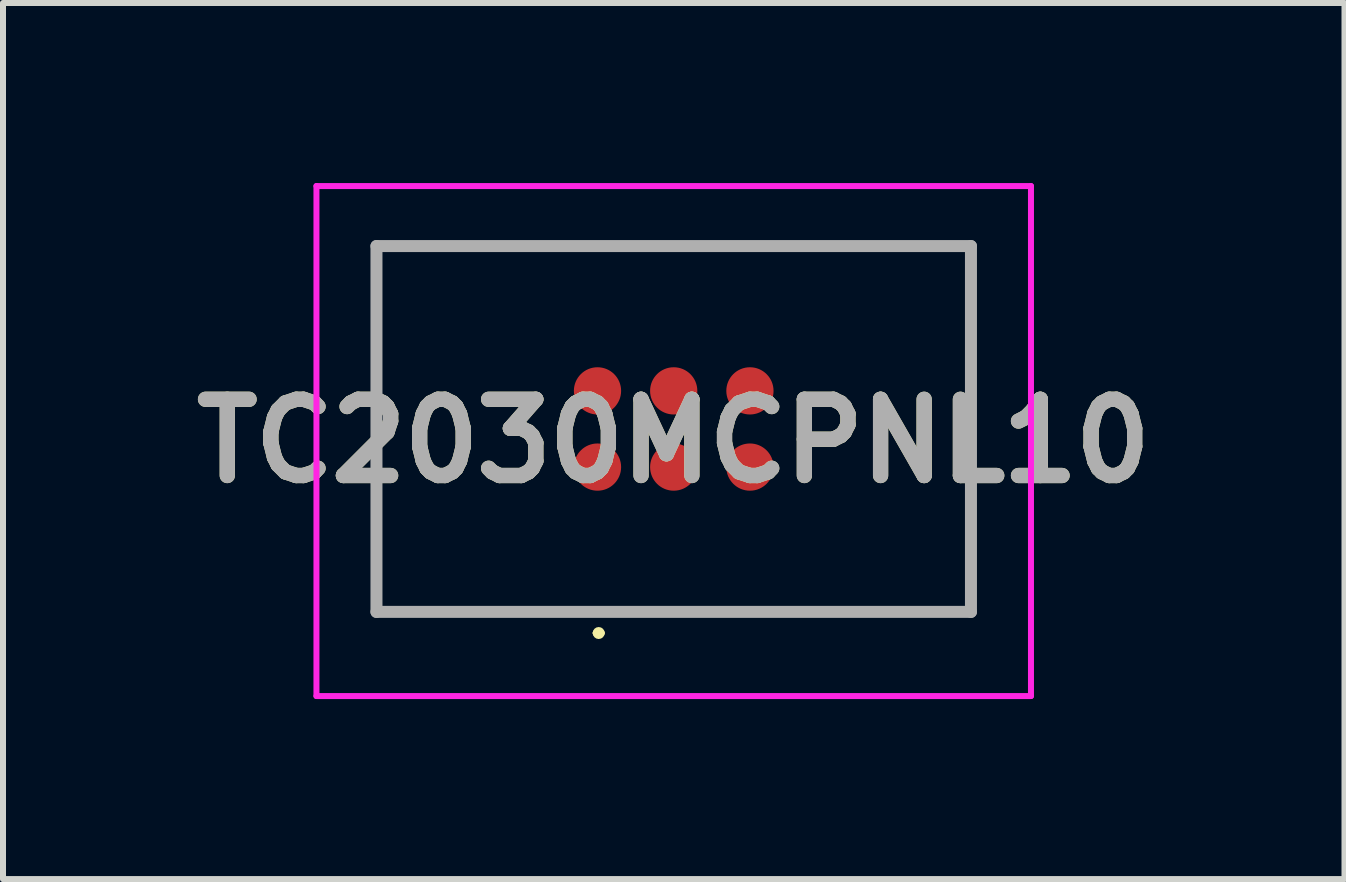
<source format=kicad_pcb>
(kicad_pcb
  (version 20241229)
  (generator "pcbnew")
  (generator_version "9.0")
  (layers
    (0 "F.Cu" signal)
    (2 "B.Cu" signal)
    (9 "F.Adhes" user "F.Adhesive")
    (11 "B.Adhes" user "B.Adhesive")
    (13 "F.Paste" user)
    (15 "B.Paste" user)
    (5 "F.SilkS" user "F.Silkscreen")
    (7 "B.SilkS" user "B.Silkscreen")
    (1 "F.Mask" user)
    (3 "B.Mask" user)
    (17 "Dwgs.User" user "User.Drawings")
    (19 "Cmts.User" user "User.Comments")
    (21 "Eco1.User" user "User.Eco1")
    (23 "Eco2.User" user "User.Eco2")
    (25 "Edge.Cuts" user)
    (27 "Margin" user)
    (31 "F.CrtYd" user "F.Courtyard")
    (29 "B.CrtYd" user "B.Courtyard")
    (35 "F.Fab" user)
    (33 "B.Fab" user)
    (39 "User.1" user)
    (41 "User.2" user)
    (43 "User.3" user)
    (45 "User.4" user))
  (footprint "TC2030MCPNL10"
    (layer "F.Cu")
    (at 8.176 4.299)
    (property "Reference" "TC2030MCPNL10" (at 0 0 0) (layer "F.SilkS") (effects (font (size 1.27 1.27) (thickness 0.254))))
    (attr through_hole)
    (fp_line (start -4.953 -3.249) (end 4.953 -3.249) (stroke (width 0.1) (type solid)) (layer "F.SilkS"))
    (fp_line (start -4.953 2.847) (end -4.953 -3.249) (stroke (width 0.1) (type solid)) (layer "F.SilkS"))
    (fp_line (start -1.3 3.199) (end -1.3 3.199) (stroke (width 0.1) (type solid)) (layer "F.SilkS"))
    (fp_line (start -1.2 3.199) (end -1.2 3.199) (stroke (width 0.1) (type solid)) (layer "F.SilkS"))
    (fp_line (start 4.953 -3.249) (end 4.953 2.847) (stroke (width 0.1) (type solid)) (layer "F.SilkS"))
    (fp_line (start 4.953 2.847) (end -4.953 2.847) (stroke (width 0.1) (type solid)) (layer "F.SilkS"))
    (fp_arc (start -1.3 3.199) (mid -1.25 3.149) (end -1.2 3.199) (stroke (width 0.1) (type solid)) (layer "F.SilkS"))
    (fp_arc (start -1.2 3.199) (mid -1.25 3.249) (end -1.3 3.199) (stroke (width 0.1) (type solid)) (layer "F.SilkS"))
    (fp_line (start -5.953 -4.249) (end 5.953 -4.249) (stroke (width 0.1) (type solid)) (layer "F.CrtYd"))
    (fp_line (start -5.953 4.249) (end -5.953 -4.249) (stroke (width 0.1) (type solid)) (layer "F.CrtYd"))
    (fp_line (start 5.953 -4.249) (end 5.953 4.249) (stroke (width 0.1) (type solid)) (layer "F.CrtYd"))
    (fp_line (start 5.953 4.249) (end -5.953 4.249) (stroke (width 0.1) (type solid)) (layer "F.CrtYd"))
    (fp_line (start -4.953 -3.249) (end 4.953 -3.249) (stroke (width 0.2) (type solid)) (layer "F.Fab"))
    (fp_line (start -4.953 2.847) (end -4.953 -3.249) (stroke (width 0.2) (type solid)) (layer "F.Fab"))
    (fp_line (start 4.953 -3.249) (end 4.953 2.847) (stroke (width 0.2) (type solid)) (layer "F.Fab"))
    (fp_line (start 4.953 2.847) (end -4.953 2.847) (stroke (width 0.2) (type solid)) (layer "F.Fab"))
    (fp_text user "${REFERENCE}" (at 0 0 0) (layer "F.Fab") (effects (font (size 1.27 1.27) (thickness 0.254))))
    (pad "" np_thru_hole circle (at -2.54 -0.201) (size 0.001 0.001) (drill 0.991) (layers "*.Cu" "*.Mask"))
    (pad "" np_thru_hole circle (at 2.54 -1.217) (size 0.001 0.001) (drill 0.991) (layers "*.Cu" "*.Mask"))
    (pad "" np_thru_hole circle (at 2.54 0.815) (size 0.001 0.001) (drill 0.991) (layers "*.Cu" "*.Mask"))
    (pad "1" smd circle (at -1.27 0.434 90) (size 0.787 0.787) (layers "F.Cu" "F.Mask" "F.Paste"))
    (pad "2" smd circle (at -1.27 -0.836 90) (size 0.787 0.787) (layers "F.Cu" "F.Mask" "F.Paste"))
    (pad "3" smd circle (at 0 0.434 90) (size 0.787 0.787) (layers "F.Cu" "F.Mask" "F.Paste"))
    (pad "4" smd circle (at 0 -0.836 90) (size 0.787 0.787) (layers "F.Cu" "F.Mask" "F.Paste"))
    (pad "5" smd circle (at 1.27 0.434 90) (size 0.787 0.787) (layers "F.Cu" "F.Mask" "F.Paste"))
    (pad "6" smd circle (at 1.27 -0.836 90) (size 0.787 0.787) (layers "F.Cu" "F.Mask" "F.Paste")))
  (gr_rect
    (start -3 -3)
    (end 19.353 11.598)
    (stroke (width 0.1) (type default))
    (fill no)
    (layer "Edge.Cuts")))
</source>
